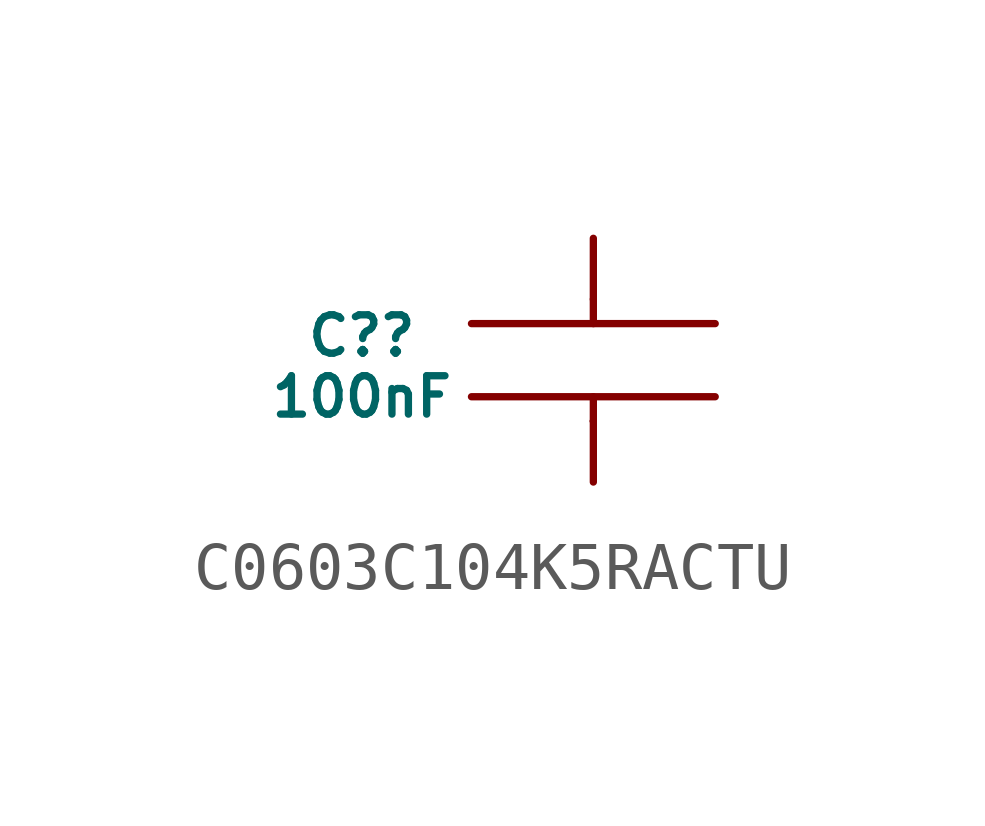
<source format=kicad_sym>
(kicad_symbol_lib
  (version 20231120)
  (generator "kicad_symbol_editor")
  (generator_version "8.0")
  (symbol "C0603C104K5RACTU"
    (pin_numbers hide)
    (pin_names hide)
    (property "Reference" "C?"
      (at -4.826 0.508 0)
      (do_not_autoplace)
      (effects (font (size 0.8 0.8))))
    (property "Value" "100nF"
      (at -4.826 -0.762 0)
      (do_not_autoplace)
      (effects (font (size 0.8 0.8))))
    (symbol "C0603C104K5RACTU_0_1"
      (polyline (pts (xy 0 -1.27) (xy 0 -1.27)) (stroke (width 0) (type default)) (fill (type none)))
      (polyline (pts (xy 0 -1.27) (xy 0 -0.762)) (stroke (width 0) (type default)) (fill (type none)))
      (polyline (pts (xy 0 0.762) (xy 0 1.27)) (stroke (width 0) (type default)) (fill (type none))))
    (symbol "C0603C104K5RACTU_1_0"
      (pin passive line (at 0 -2.54 90) (length 1.27) (name "" (effects (font (size 0.8 0.8)))) (number "1" (effects (font (size 0.8 0.8)))))
      (pin passive line (at 0 2.54 270) (length 1.27) (name "" (effects (font (size 0.8 0.8)))) (number "2" (effects (font (size 0.8 0.8))))))
    (symbol "C0603C104K5RACTU_1_1"
      (polyline (pts (xy -2.54 -0.762) (xy 2.54 -0.762)) (stroke (width 0) (type solid)) (fill (type none)))
      (polyline (pts (xy -2.54 0.762) (xy 2.54 0.762)) (stroke (width 0) (type solid)) (fill (type none))))))
</source>
